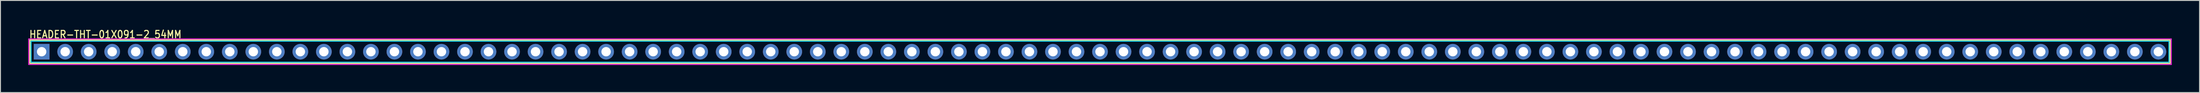
<source format=kicad_pcb>
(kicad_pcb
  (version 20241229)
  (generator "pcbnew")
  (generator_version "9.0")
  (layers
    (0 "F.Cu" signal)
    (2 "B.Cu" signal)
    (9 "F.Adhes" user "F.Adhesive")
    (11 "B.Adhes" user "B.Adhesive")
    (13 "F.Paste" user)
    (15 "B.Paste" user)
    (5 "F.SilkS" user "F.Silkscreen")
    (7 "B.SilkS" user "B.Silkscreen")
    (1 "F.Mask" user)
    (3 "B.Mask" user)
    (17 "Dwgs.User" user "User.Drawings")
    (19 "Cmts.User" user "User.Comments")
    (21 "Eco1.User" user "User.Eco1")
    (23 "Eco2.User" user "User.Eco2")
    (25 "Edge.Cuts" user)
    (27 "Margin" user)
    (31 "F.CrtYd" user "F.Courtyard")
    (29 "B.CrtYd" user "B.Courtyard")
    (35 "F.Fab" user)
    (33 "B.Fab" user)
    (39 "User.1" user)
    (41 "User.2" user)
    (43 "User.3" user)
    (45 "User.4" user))
  (footprint "HEADER-THT-01X091-2_54MM"
    (layer "F.Cu")
    (at 1.447 2.579)
    (property "Reference" "HEADER-THT-01X091-2_54MM" (at -1.4 -1.4 0) (unlocked yes) (layer "F.SilkS") (effects (font (size 0.813 0.695) (thickness 0.122)) (justify left bottom)))
    (fp_line (start -1.27 -1.27) (end -1.27 1.27) (stroke (width 0.127) (type solid)) (layer "F.SilkS"))
    (fp_line (start -1.27 1.27) (end 229.87 1.27) (stroke (width 0.127) (type solid)) (layer "F.SilkS"))
    (fp_line (start 229.87 -1.27) (end -1.27 -1.27) (stroke (width 0.127) (type solid)) (layer "F.SilkS"))
    (fp_line (start 229.87 1.27) (end 229.87 -1.27) (stroke (width 0.127) (type solid)) (layer "F.SilkS"))
    (fp_poly (pts (xy -1.143 -1.143) (xy 229.743 -1.143) (xy 229.743 1.143) (xy -1.143 1.143)) (stroke (width 0.1) (type solid)) (fill no) (layer "B.CrtYd"))
    (fp_poly (pts (xy -1.397 -1.397) (xy 229.997 -1.397) (xy 229.997 1.397) (xy -1.397 1.397)) (stroke (width 0.1) (type solid)) (fill no) (layer "F.CrtYd"))
    (pad "P$1" thru_hole rect (at 0 0) (size 1.693 1.693) (drill 1.016) (layers "*.Cu" "*.Mask"))
    (pad "P$2" thru_hole oval (at 2.54 0) (size 1.693 1.693) (drill 1.016) (layers "*.Cu" "*.Mask"))
    (pad "P$3" thru_hole oval (at 5.08 0) (size 1.693 1.693) (drill 1.016) (layers "*.Cu" "*.Mask"))
    (pad "P$4" thru_hole oval (at 7.62 0) (size 1.693 1.693) (drill 1.016) (layers "*.Cu" "*.Mask"))
    (pad "P$5" thru_hole oval (at 10.16 0) (size 1.693 1.693) (drill 1.016) (layers "*.Cu" "*.Mask"))
    (pad "P$6" thru_hole oval (at 12.7 0) (size 1.693 1.693) (drill 1.016) (layers "*.Cu" "*.Mask"))
    (pad "P$7" thru_hole oval (at 15.24 0) (size 1.693 1.693) (drill 1.016) (layers "*.Cu" "*.Mask"))
    (pad "P$8" thru_hole oval (at 17.78 0) (size 1.693 1.693) (drill 1.016) (layers "*.Cu" "*.Mask"))
    (pad "P$9" thru_hole oval (at 20.32 0) (size 1.693 1.693) (drill 1.016) (layers "*.Cu" "*.Mask"))
    (pad "P$10" thru_hole oval (at 22.86 0) (size 1.693 1.693) (drill 1.016) (layers "*.Cu" "*.Mask"))
    (pad "P$11" thru_hole oval (at 25.4 0) (size 1.693 1.693) (drill 1.016) (layers "*.Cu" "*.Mask"))
    (pad "P$12" thru_hole oval (at 27.94 0) (size 1.693 1.693) (drill 1.016) (layers "*.Cu" "*.Mask"))
    (pad "P$13" thru_hole oval (at 30.48 0) (size 1.693 1.693) (drill 1.016) (layers "*.Cu" "*.Mask"))
    (pad "P$14" thru_hole oval (at 33.02 0) (size 1.693 1.693) (drill 1.016) (layers "*.Cu" "*.Mask"))
    (pad "P$15" thru_hole oval (at 35.56 0) (size 1.693 1.693) (drill 1.016) (layers "*.Cu" "*.Mask"))
    (pad "P$16" thru_hole oval (at 38.1 0) (size 1.693 1.693) (drill 1.016) (layers "*.Cu" "*.Mask"))
    (pad "P$17" thru_hole oval (at 40.64 0) (size 1.693 1.693) (drill 1.016) (layers "*.Cu" "*.Mask"))
    (pad "P$18" thru_hole oval (at 43.18 0) (size 1.693 1.693) (drill 1.016) (layers "*.Cu" "*.Mask"))
    (pad "P$19" thru_hole oval (at 45.72 0) (size 1.693 1.693) (drill 1.016) (layers "*.Cu" "*.Mask"))
    (pad "P$20" thru_hole oval (at 48.26 0) (size 1.693 1.693) (drill 1.016) (layers "*.Cu" "*.Mask"))
    (pad "P$21" thru_hole oval (at 50.8 0) (size 1.693 1.693) (drill 1.016) (layers "*.Cu" "*.Mask"))
    (pad "P$22" thru_hole oval (at 53.34 0) (size 1.693 1.693) (drill 1.016) (layers "*.Cu" "*.Mask"))
    (pad "P$23" thru_hole oval (at 55.88 0) (size 1.693 1.693) (drill 1.016) (layers "*.Cu" "*.Mask"))
    (pad "P$24" thru_hole oval (at 58.42 0) (size 1.693 1.693) (drill 1.016) (layers "*.Cu" "*.Mask"))
    (pad "P$25" thru_hole oval (at 60.96 0) (size 1.693 1.693) (drill 1.016) (layers "*.Cu" "*.Mask"))
    (pad "P$26" thru_hole oval (at 63.5 0) (size 1.693 1.693) (drill 1.016) (layers "*.Cu" "*.Mask"))
    (pad "P$27" thru_hole oval (at 66.04 0) (size 1.693 1.693) (drill 1.016) (layers "*.Cu" "*.Mask"))
    (pad "P$28" thru_hole oval (at 68.58 0) (size 1.693 1.693) (drill 1.016) (layers "*.Cu" "*.Mask"))
    (pad "P$29" thru_hole oval (at 71.12 0) (size 1.693 1.693) (drill 1.016) (layers "*.Cu" "*.Mask"))
    (pad "P$30" thru_hole oval (at 73.66 0) (size 1.693 1.693) (drill 1.016) (layers "*.Cu" "*.Mask"))
    (pad "P$31" thru_hole oval (at 76.2 0) (size 1.693 1.693) (drill 1.016) (layers "*.Cu" "*.Mask"))
    (pad "P$32" thru_hole oval (at 78.74 0) (size 1.693 1.693) (drill 1.016) (layers "*.Cu" "*.Mask"))
    (pad "P$33" thru_hole oval (at 81.28 0) (size 1.693 1.693) (drill 1.016) (layers "*.Cu" "*.Mask"))
    (pad "P$34" thru_hole oval (at 83.82 0) (size 1.693 1.693) (drill 1.016) (layers "*.Cu" "*.Mask"))
    (pad "P$35" thru_hole oval (at 86.36 0) (size 1.693 1.693) (drill 1.016) (layers "*.Cu" "*.Mask"))
    (pad "P$36" thru_hole oval (at 88.9 0) (size 1.693 1.693) (drill 1.016) (layers "*.Cu" "*.Mask"))
    (pad "P$37" thru_hole oval (at 91.44 0) (size 1.693 1.693) (drill 1.016) (layers "*.Cu" "*.Mask"))
    (pad "P$38" thru_hole oval (at 93.98 0) (size 1.693 1.693) (drill 1.016) (layers "*.Cu" "*.Mask"))
    (pad "P$39" thru_hole oval (at 96.52 0) (size 1.693 1.693) (drill 1.016) (layers "*.Cu" "*.Mask"))
    (pad "P$40" thru_hole oval (at 99.06 0) (size 1.693 1.693) (drill 1.016) (layers "*.Cu" "*.Mask"))
    (pad "P$41" thru_hole oval (at 101.6 0) (size 1.693 1.693) (drill 1.016) (layers "*.Cu" "*.Mask"))
    (pad "P$42" thru_hole oval (at 104.14 0) (size 1.693 1.693) (drill 1.016) (layers "*.Cu" "*.Mask"))
    (pad "P$43" thru_hole oval (at 106.68 0) (size 1.693 1.693) (drill 1.016) (layers "*.Cu" "*.Mask"))
    (pad "P$44" thru_hole oval (at 109.22 0) (size 1.693 1.693) (drill 1.016) (layers "*.Cu" "*.Mask"))
    (pad "P$45" thru_hole oval (at 111.76 0) (size 1.693 1.693) (drill 1.016) (layers "*.Cu" "*.Mask"))
    (pad "P$46" thru_hole oval (at 114.3 0) (size 1.693 1.693) (drill 1.016) (layers "*.Cu" "*.Mask"))
    (pad "P$47" thru_hole oval (at 116.84 0) (size 1.693 1.693) (drill 1.016) (layers "*.Cu" "*.Mask"))
    (pad "P$48" thru_hole oval (at 119.38 0) (size 1.693 1.693) (drill 1.016) (layers "*.Cu" "*.Mask"))
    (pad "P$49" thru_hole oval (at 121.92 0) (size 1.693 1.693) (drill 1.016) (layers "*.Cu" "*.Mask"))
    (pad "P$50" thru_hole oval (at 124.46 0) (size 1.693 1.693) (drill 1.016) (layers "*.Cu" "*.Mask"))
    (pad "P$51" thru_hole oval (at 127 0) (size 1.693 1.693) (drill 1.016) (layers "*.Cu" "*.Mask"))
    (pad "P$52" thru_hole oval (at 129.54 0) (size 1.693 1.693) (drill 1.016) (layers "*.Cu" "*.Mask"))
    (pad "P$53" thru_hole oval (at 132.08 0) (size 1.693 1.693) (drill 1.016) (layers "*.Cu" "*.Mask"))
    (pad "P$54" thru_hole oval (at 134.62 0) (size 1.693 1.693) (drill 1.016) (layers "*.Cu" "*.Mask"))
    (pad "P$55" thru_hole oval (at 137.16 0) (size 1.693 1.693) (drill 1.016) (layers "*.Cu" "*.Mask"))
    (pad "P$56" thru_hole oval (at 139.7 0) (size 1.693 1.693) (drill 1.016) (layers "*.Cu" "*.Mask"))
    (pad "P$57" thru_hole oval (at 142.24 0) (size 1.693 1.693) (drill 1.016) (layers "*.Cu" "*.Mask"))
    (pad "P$58" thru_hole oval (at 144.78 0) (size 1.693 1.693) (drill 1.016) (layers "*.Cu" "*.Mask"))
    (pad "P$59" thru_hole oval (at 147.32 0) (size 1.693 1.693) (drill 1.016) (layers "*.Cu" "*.Mask"))
    (pad "P$60" thru_hole oval (at 149.86 0) (size 1.693 1.693) (drill 1.016) (layers "*.Cu" "*.Mask"))
    (pad "P$61" thru_hole oval (at 152.4 0) (size 1.693 1.693) (drill 1.016) (layers "*.Cu" "*.Mask"))
    (pad "P$62" thru_hole oval (at 154.94 0) (size 1.693 1.693) (drill 1.016) (layers "*.Cu" "*.Mask"))
    (pad "P$63" thru_hole oval (at 157.48 0) (size 1.693 1.693) (drill 1.016) (layers "*.Cu" "*.Mask"))
    (pad "P$64" thru_hole oval (at 160.02 0) (size 1.693 1.693) (drill 1.016) (layers "*.Cu" "*.Mask"))
    (pad "P$65" thru_hole oval (at 162.56 0) (size 1.693 1.693) (drill 1.016) (layers "*.Cu" "*.Mask"))
    (pad "P$66" thru_hole oval (at 165.1 0) (size 1.693 1.693) (drill 1.016) (layers "*.Cu" "*.Mask"))
    (pad "P$67" thru_hole oval (at 167.64 0) (size 1.693 1.693) (drill 1.016) (layers "*.Cu" "*.Mask"))
    (pad "P$68" thru_hole oval (at 170.18 0) (size 1.693 1.693) (drill 1.016) (layers "*.Cu" "*.Mask"))
    (pad "P$69" thru_hole oval (at 172.72 0) (size 1.693 1.693) (drill 1.016) (layers "*.Cu" "*.Mask"))
    (pad "P$70" thru_hole oval (at 175.26 0) (size 1.693 1.693) (drill 1.016) (layers "*.Cu" "*.Mask"))
    (pad "P$71" thru_hole oval (at 177.8 0) (size 1.693 1.693) (drill 1.016) (layers "*.Cu" "*.Mask"))
    (pad "P$72" thru_hole oval (at 180.34 0) (size 1.693 1.693) (drill 1.016) (layers "*.Cu" "*.Mask"))
    (pad "P$73" thru_hole oval (at 182.88 0) (size 1.693 1.693) (drill 1.016) (layers "*.Cu" "*.Mask"))
    (pad "P$74" thru_hole oval (at 185.42 0) (size 1.693 1.693) (drill 1.016) (layers "*.Cu" "*.Mask"))
    (pad "P$75" thru_hole oval (at 187.96 0) (size 1.693 1.693) (drill 1.016) (layers "*.Cu" "*.Mask"))
    (pad "P$76" thru_hole oval (at 190.5 0) (size 1.693 1.693) (drill 1.016) (layers "*.Cu" "*.Mask"))
    (pad "P$77" thru_hole oval (at 193.04 0) (size 1.693 1.693) (drill 1.016) (layers "*.Cu" "*.Mask"))
    (pad "P$78" thru_hole oval (at 195.58 0) (size 1.693 1.693) (drill 1.016) (layers "*.Cu" "*.Mask"))
    (pad "P$79" thru_hole oval (at 198.12 0) (size 1.693 1.693) (drill 1.016) (layers "*.Cu" "*.Mask"))
    (pad "P$80" thru_hole oval (at 200.66 0) (size 1.693 1.693) (drill 1.016) (layers "*.Cu" "*.Mask"))
    (pad "P$81" thru_hole oval (at 203.2 0) (size 1.693 1.693) (drill 1.016) (layers "*.Cu" "*.Mask"))
    (pad "P$82" thru_hole oval (at 205.74 0) (size 1.693 1.693) (drill 1.016) (layers "*.Cu" "*.Mask"))
    (pad "P$83" thru_hole oval (at 208.28 0) (size 1.693 1.693) (drill 1.016) (layers "*.Cu" "*.Mask"))
    (pad "P$84" thru_hole oval (at 210.82 0) (size 1.693 1.693) (drill 1.016) (layers "*.Cu" "*.Mask"))
    (pad "P$85" thru_hole oval (at 213.36 0) (size 1.693 1.693) (drill 1.016) (layers "*.Cu" "*.Mask"))
    (pad "P$86" thru_hole oval (at 215.9 0) (size 1.693 1.693) (drill 1.016) (layers "*.Cu" "*.Mask"))
    (pad "P$87" thru_hole oval (at 218.44 0) (size 1.693 1.693) (drill 1.016) (layers "*.Cu" "*.Mask"))
    (pad "P$88" thru_hole oval (at 220.98 0) (size 1.693 1.693) (drill 1.016) (layers "*.Cu" "*.Mask"))
    (pad "P$89" thru_hole oval (at 223.52 0) (size 1.693 1.693) (drill 1.016) (layers "*.Cu" "*.Mask"))
    (pad "P$90" thru_hole oval (at 226.06 0) (size 1.693 1.693) (drill 1.016) (layers "*.Cu" "*.Mask"))
    (pad "P$91" thru_hole oval (at 228.6 0) (size 1.693 1.693) (drill 1.016) (layers "*.Cu" "*.Mask")))
  (gr_rect
    (start -3 -3)
    (end 234.494 7.026)
    (stroke (width 0.1) (type default))
    (fill no)
    (layer "Edge.Cuts")))
</source>
